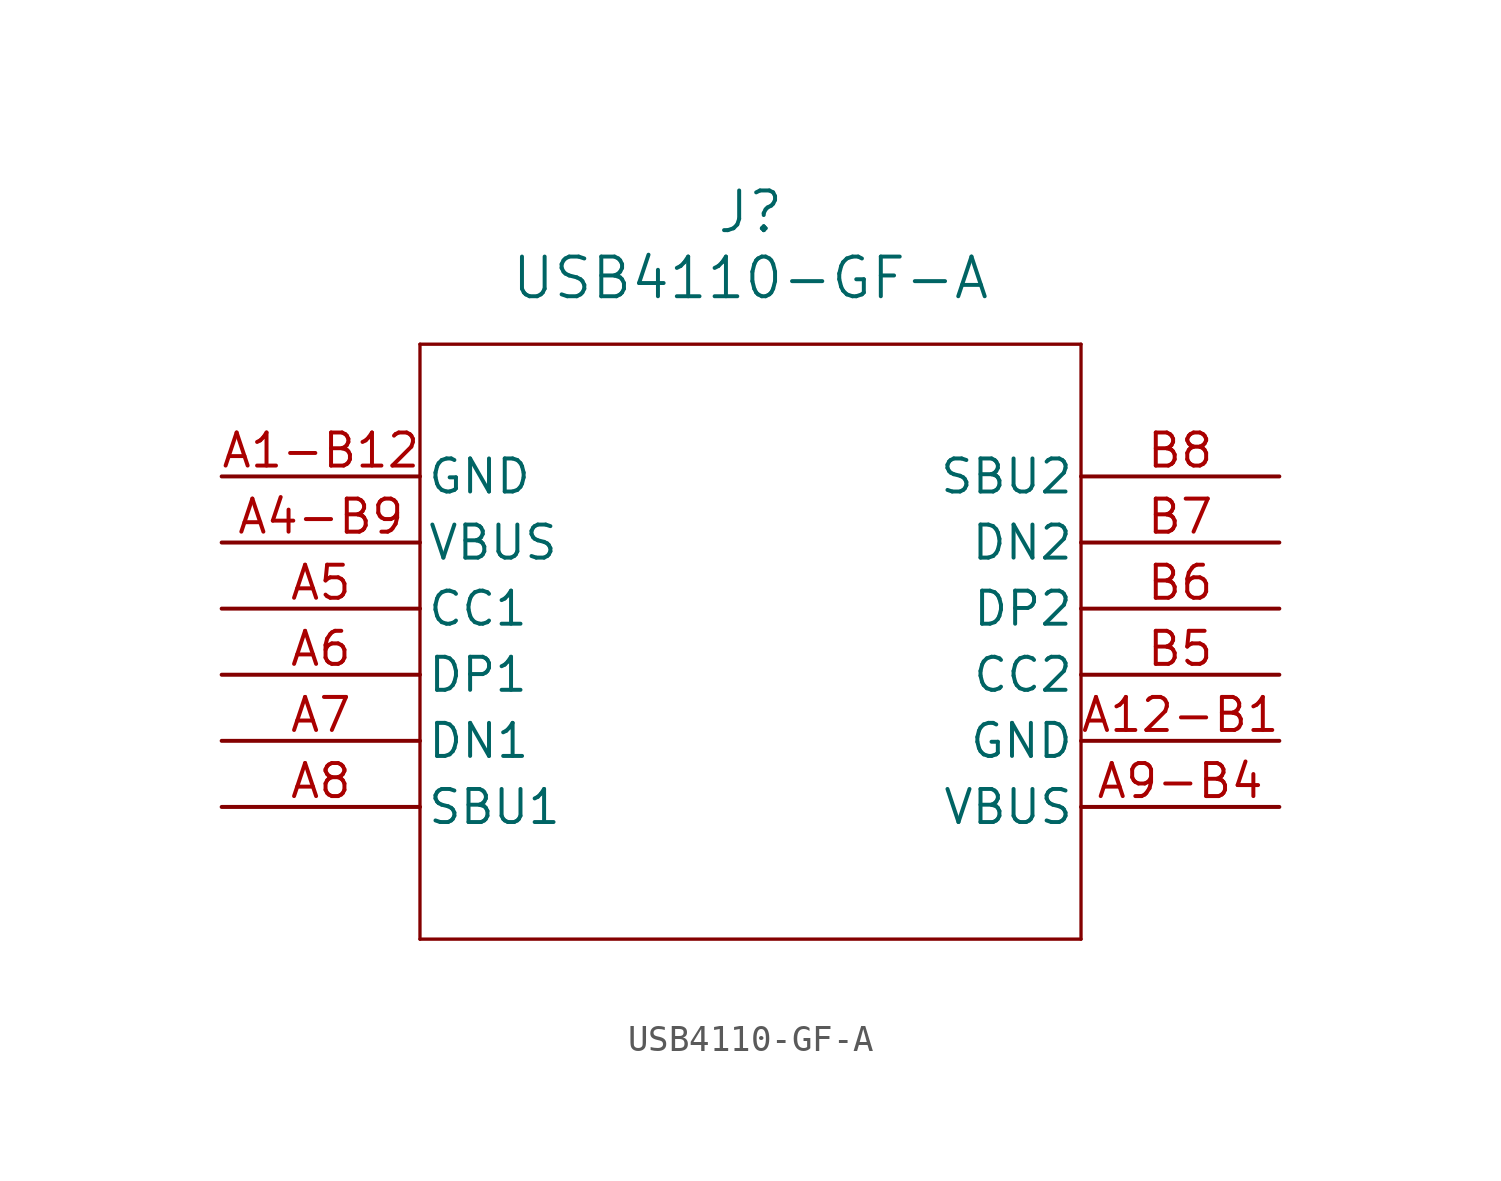
<source format=kicad_sym>
(kicad_symbol_lib
  (version 20211014)
  (generator kicad_symbol_editor)
  (symbol "USB4110-GF-A"
    (pin_names
      (offset 0.254))
    (property "Reference" "J"
      (at 20.32 10.16 0)
      (effects (font (size 1.524 1.524))))
    (property "Value" "USB4110-GF-A"
      (at 20.32 7.62 0)
      (effects (font (size 1.524 1.524))))
    (symbol "USB4110-GF-A_0_1"
      (polyline (pts (xy 7.62 5.08) (xy 7.62 -17.78)) (stroke (width 0.127) (type default) (color 0 0 0 0)) (fill (type none)))
      (polyline (pts (xy 7.62 -17.78) (xy 33.02 -17.78)) (stroke (width 0.127) (type default) (color 0 0 0 0)) (fill (type none)))
      (polyline (pts (xy 33.02 -17.78) (xy 33.02 5.08)) (stroke (width 0.127) (type default) (color 0 0 0 0)) (fill (type none)))
      (polyline (pts (xy 33.02 5.08) (xy 7.62 5.08)) (stroke (width 0.127) (type default) (color 0 0 0 0)) (fill (type none)))
      (pin power_out line (at 0 0 0) (length 7.62) (name "GND" (effects (font (size 1.27 1.27)))) (number "A1-B12" (effects (font (size 1.27 1.27)))))
      (pin power_in line (at 0 -2.54 0) (length 7.62) (name "VBUS" (effects (font (size 1.27 1.27)))) (number "A4-B9" (effects (font (size 1.27 1.27)))))
      (pin bidirectional line (at 0 -5.08 0) (length 7.62) (name "CC1" (effects (font (size 1.27 1.27)))) (number "A5" (effects (font (size 1.27 1.27)))))
      (pin bidirectional line (at 0 -7.62 0) (length 7.62) (name "DP1" (effects (font (size 1.27 1.27)))) (number "A6" (effects (font (size 1.27 1.27)))))
      (pin bidirectional line (at 0 -10.16 0) (length 7.62) (name "DN1" (effects (font (size 1.27 1.27)))) (number "A7" (effects (font (size 1.27 1.27)))))
      (pin bidirectional line (at 0 -12.7 0) (length 7.62) (name "SBU1" (effects (font (size 1.27 1.27)))) (number "A8" (effects (font (size 1.27 1.27)))))
      (pin power_in line (at 40.64 -12.7 180) (length 7.62) (name "VBUS" (effects (font (size 1.27 1.27)))) (number "A9-B4" (effects (font (size 1.27 1.27)))))
      (pin power_out line (at 40.64 -10.16 180) (length 7.62) (name "GND" (effects (font (size 1.27 1.27)))) (number "A12-B1" (effects (font (size 1.27 1.27)))))
      (pin bidirectional line (at 40.64 -7.62 180) (length 7.62) (name "CC2" (effects (font (size 1.27 1.27)))) (number "B5" (effects (font (size 1.27 1.27)))))
      (pin bidirectional line (at 40.64 -5.08 180) (length 7.62) (name "DP2" (effects (font (size 1.27 1.27)))) (number "B6" (effects (font (size 1.27 1.27)))))
      (pin bidirectional line (at 40.64 -2.54 180) (length 7.62) (name "DN2" (effects (font (size 1.27 1.27)))) (number "B7" (effects (font (size 1.27 1.27)))))
      (pin bidirectional line (at 40.64 0 180) (length 7.62) (name "SBU2" (effects (font (size 1.27 1.27)))) (number "B8" (effects (font (size 1.27 1.27))))))))
</source>
